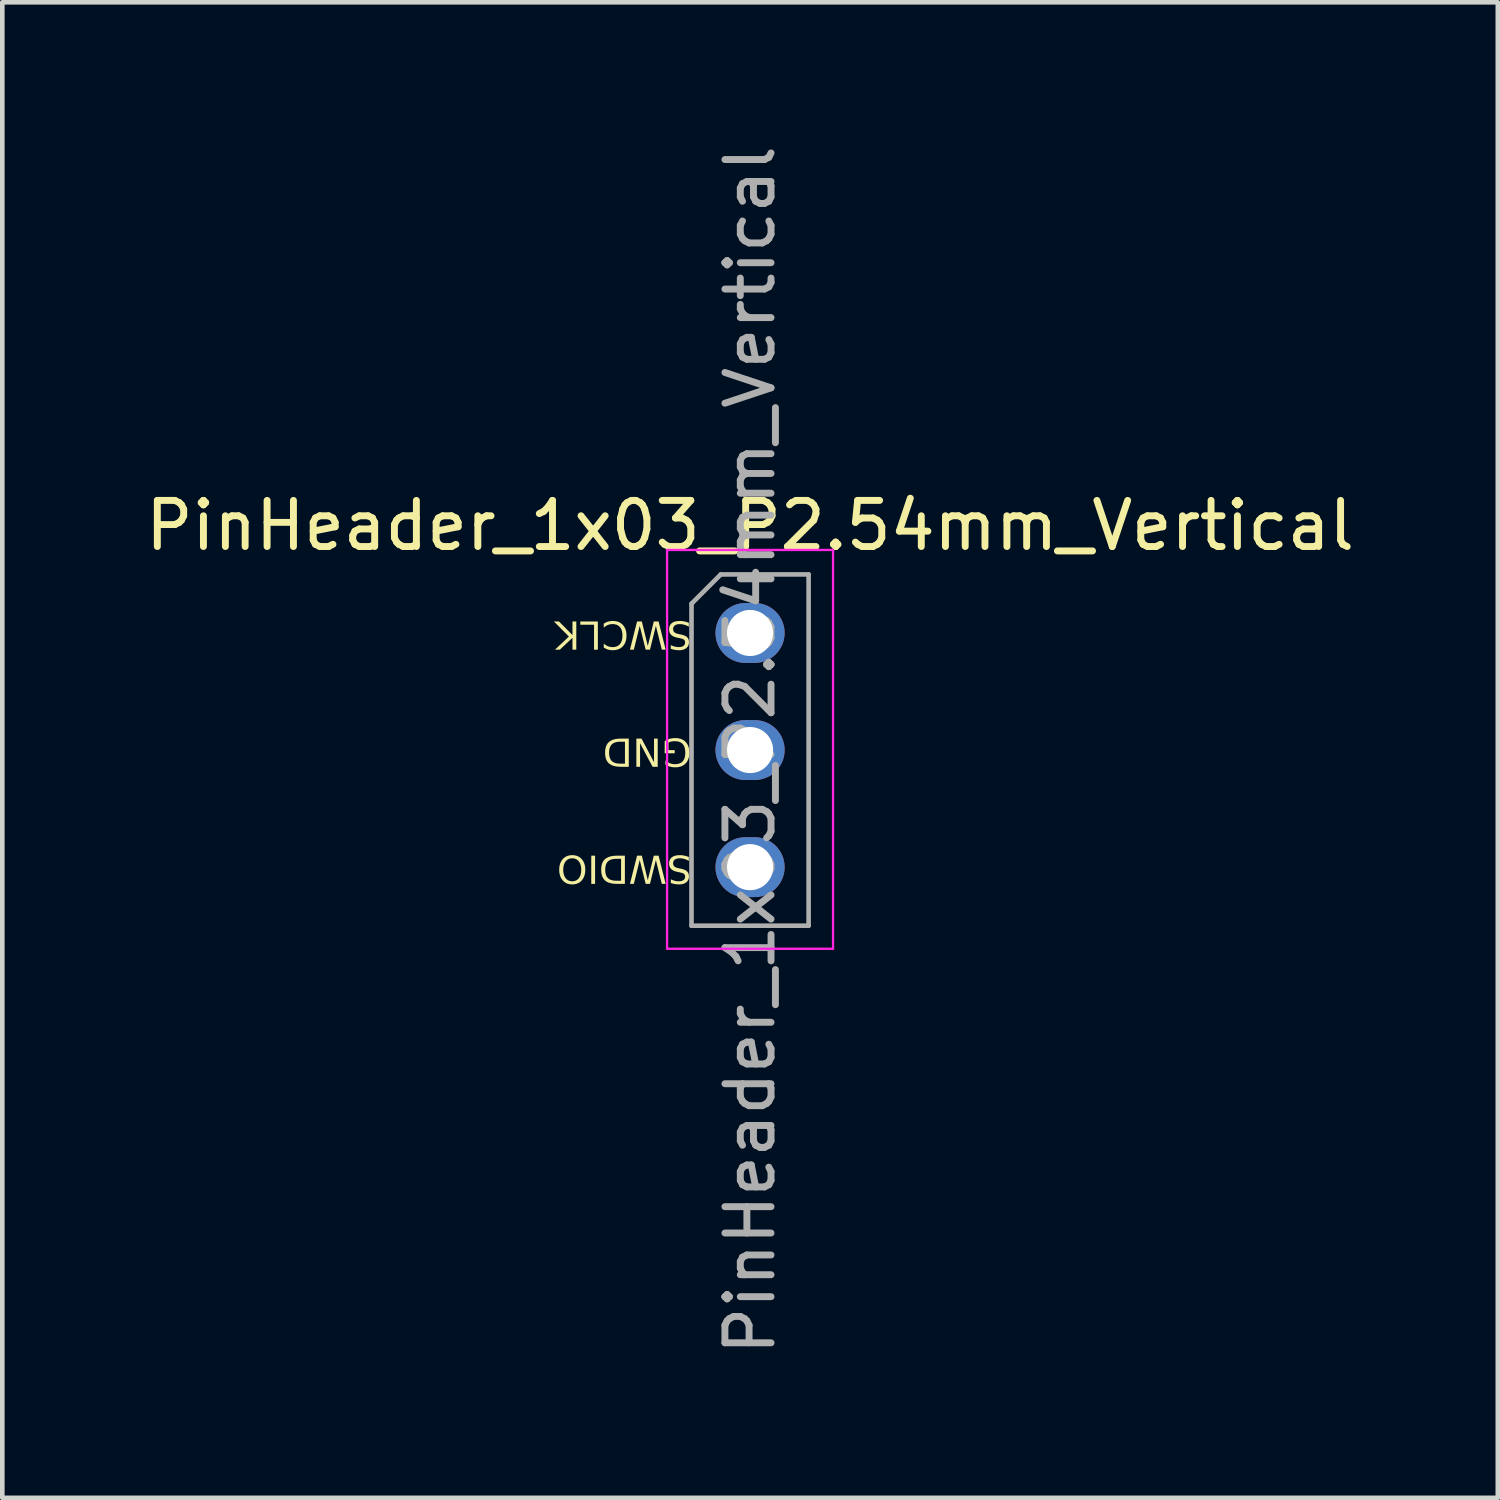
<source format=kicad_pcb>
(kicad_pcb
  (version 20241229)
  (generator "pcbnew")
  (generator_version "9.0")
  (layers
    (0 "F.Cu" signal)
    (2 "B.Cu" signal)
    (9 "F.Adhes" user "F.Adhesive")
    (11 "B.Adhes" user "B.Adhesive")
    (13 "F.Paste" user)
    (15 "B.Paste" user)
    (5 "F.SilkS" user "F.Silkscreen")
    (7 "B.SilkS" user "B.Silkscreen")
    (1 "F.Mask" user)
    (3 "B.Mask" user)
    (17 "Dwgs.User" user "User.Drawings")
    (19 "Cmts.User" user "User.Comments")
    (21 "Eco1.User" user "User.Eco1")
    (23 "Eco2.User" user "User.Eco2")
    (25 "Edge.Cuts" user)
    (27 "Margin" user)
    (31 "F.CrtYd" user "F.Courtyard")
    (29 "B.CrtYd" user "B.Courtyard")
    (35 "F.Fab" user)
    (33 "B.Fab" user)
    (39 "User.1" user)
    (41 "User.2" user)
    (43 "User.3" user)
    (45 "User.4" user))
  (footprint "PinHeader_1x03_P2.54mm_Vertical"
    (layer "F.Cu")
    (at 13.22 10.68)
    (property "Reference" "PinHeader_1x03_P2.54mm_Vertical" (at 0 -2.33 180) (layer "F.SilkS") (effects (font (size 1 1) (thickness 0.15))))
    (attr through_hole)
    (fp_line (start -1.8 -1.8) (end -1.8 6.85) (stroke (width 0.05) (type solid)) (layer "F.CrtYd"))
    (fp_line (start -1.8 6.85) (end 1.8 6.85) (stroke (width 0.05) (type solid)) (layer "F.CrtYd"))
    (fp_line (start 1.8 -1.8) (end -1.8 -1.8) (stroke (width 0.05) (type solid)) (layer "F.CrtYd"))
    (fp_line (start 1.8 6.85) (end 1.8 -1.8) (stroke (width 0.05) (type solid)) (layer "F.CrtYd"))
    (fp_line (start -1.27 -0.635) (end -0.635 -1.27) (stroke (width 0.1) (type solid)) (layer "F.Fab"))
    (fp_line (start -1.27 6.35) (end -1.27 -0.635) (stroke (width 0.1) (type solid)) (layer "F.Fab"))
    (fp_line (start -0.635 -1.27) (end 1.27 -1.27) (stroke (width 0.1) (type solid)) (layer "F.Fab"))
    (fp_line (start 1.27 -1.27) (end 1.27 6.35) (stroke (width 0.1) (type solid)) (layer "F.Fab"))
    (fp_line (start 1.27 6.35) (end -1.27 6.35) (stroke (width 0.1) (type solid)) (layer "F.Fab"))
    (fp_text user "SWCLK" (at -1.27 0 180) (unlocked yes) (layer "F.SilkS") (effects (font (face "Eurostile Next LT Com") (size 0.6 0.6) (thickness 0.15)) (justify left)))
    (fp_text user "SWDIO" (at -1.27 5.08 180) (unlocked yes) (layer "F.SilkS") (effects (font (face "Eurostile Next LT Com") (size 0.6 0.6) (thickness 0.15)) (justify left)))
    (fp_text user "GND" (at -1.27 2.54 180) (unlocked yes) (layer "F.SilkS") (effects (font (face "Eurostile Next LT Com") (size 0.6 0.6) (thickness 0.15)) (justify left)))
    (fp_text user "${REFERENCE}" (at 0 2.54 270) (layer "F.Fab") (effects (font (size 1 1) (thickness 0.15))))
    (pad "1" thru_hole oval (at 0 0) (size 1.5 1.3) (drill 1) (layers "*.Cu" "*.Mask"))
    (pad "2" thru_hole oval (at 0 2.54) (size 1.5 1.3) (drill 1) (layers "*.Cu" "*.Mask"))
    (pad "3" thru_hole oval (at 0 5.08) (size 1.5 1.3) (drill 1) (layers "*.Cu" "*.Mask")))
  (gr_rect
    (start -3 -3)
    (end 29.44 29.44)
    (stroke (width 0.1) (type default))
    (fill no)
    (layer "Edge.Cuts")))
</source>
